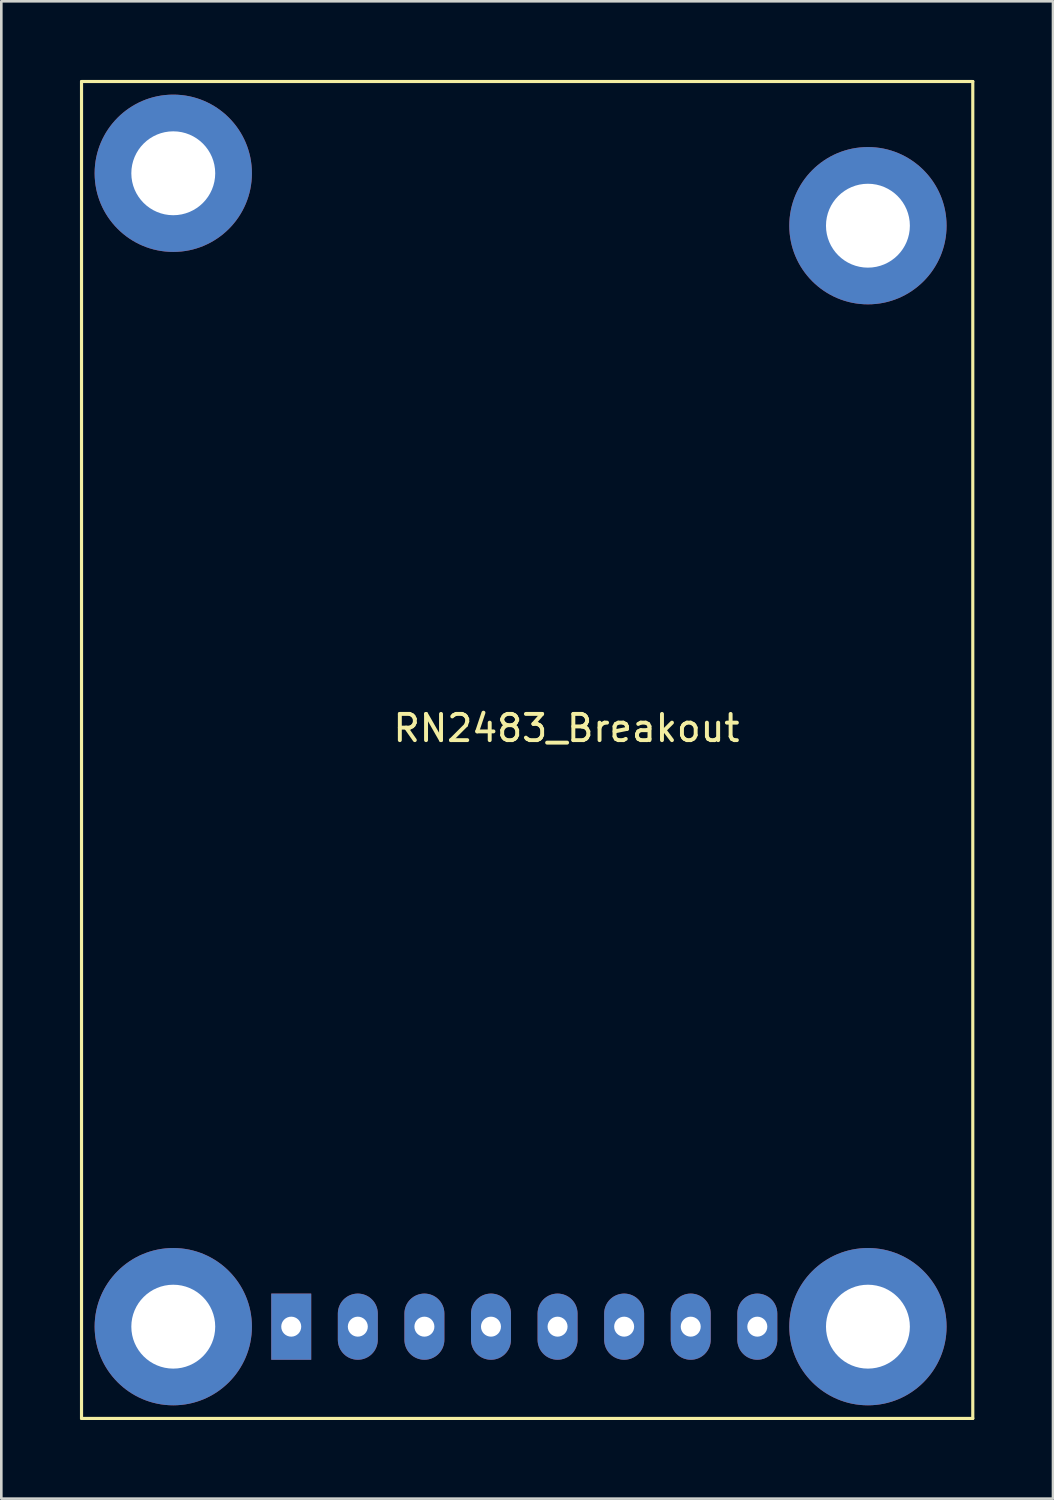
<source format=kicad_pcb>
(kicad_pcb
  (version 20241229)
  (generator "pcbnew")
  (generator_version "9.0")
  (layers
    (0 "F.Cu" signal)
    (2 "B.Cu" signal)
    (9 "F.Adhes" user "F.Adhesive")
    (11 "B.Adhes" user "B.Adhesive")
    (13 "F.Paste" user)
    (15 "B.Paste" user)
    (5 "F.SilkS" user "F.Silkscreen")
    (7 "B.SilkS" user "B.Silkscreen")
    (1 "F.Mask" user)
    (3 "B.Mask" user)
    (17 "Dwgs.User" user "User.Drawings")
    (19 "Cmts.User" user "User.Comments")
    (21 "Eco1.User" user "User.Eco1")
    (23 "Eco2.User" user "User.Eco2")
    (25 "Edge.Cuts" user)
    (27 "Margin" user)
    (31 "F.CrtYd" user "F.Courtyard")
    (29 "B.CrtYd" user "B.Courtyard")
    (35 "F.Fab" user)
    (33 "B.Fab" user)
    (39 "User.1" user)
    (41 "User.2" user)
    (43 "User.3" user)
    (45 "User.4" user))
  (footprint "RN2483_Breakout"
    (layer "F.Cu")
    (at 8.06 47.56)
    (property "Reference" "RN2483_Breakout" (at 10.5 -22.83 0) (layer "F.SilkS") (effects (font (size 1 1) (thickness 0.15))))
    (attr through_hole)
    (fp_line (start -8 -47.5) (end -8 3.5) (stroke (width 0.12) (type solid)) (layer "F.SilkS"))
    (fp_line (start -8 3.5) (end 26 3.5) (stroke (width 0.12) (type solid)) (layer "F.SilkS"))
    (fp_line (start 26 -47.5) (end -8 -47.5) (stroke (width 0.12) (type solid)) (layer "F.SilkS"))
    (fp_line (start 26 3.5) (end 26 -47.5) (stroke (width 0.12) (type solid)) (layer "F.SilkS"))
    (pad "" np_thru_hole circle (at -4.5 -44) (size 6 6) (drill 3.2) (layers "*.Cu" "*.Mask"))
    (pad "" np_thru_hole circle (at -4.5 0) (size 6 6) (drill 3.2) (layers "*.Cu" "*.Mask"))
    (pad "" np_thru_hole circle (at 22 -42) (size 6 6) (drill 3.2) (layers "*.Cu" "*.Mask"))
    (pad "" np_thru_hole circle (at 22 0) (size 6 6) (drill 3.2) (layers "*.Cu" "*.Mask"))
    (pad "1" thru_hole rect (at 0 0) (size 1.524 2.524) (drill 0.762) (layers "*.Cu" "*.Mask"))
    (pad "2" thru_hole oval (at 2.54 0) (size 1.524 2.524) (drill 0.762) (layers "*.Cu" "*.Mask"))
    (pad "3" thru_hole oval (at 5.08 0) (size 1.524 2.524) (drill 0.762) (layers "*.Cu" "*.Mask"))
    (pad "4" thru_hole oval (at 7.62 0) (size 1.524 2.524) (drill 0.762) (layers "*.Cu" "*.Mask"))
    (pad "5" thru_hole oval (at 10.16 0) (size 1.524 2.524) (drill 0.762) (layers "*.Cu" "*.Mask"))
    (pad "6" thru_hole oval (at 12.7 0) (size 1.524 2.524) (drill 0.762) (layers "*.Cu" "*.Mask"))
    (pad "7" thru_hole oval (at 15.24 0) (size 1.524 2.524) (drill 0.762) (layers "*.Cu" "*.Mask"))
    (pad "8" thru_hole oval (at 17.78 0) (size 1.524 2.524) (drill 0.762) (layers "*.Cu" "*.Mask")))
  (gr_rect
    (start -3 -3)
    (end 37.12 54.12)
    (stroke (width 0.1) (type default))
    (fill no)
    (layer "Edge.Cuts")))
</source>
